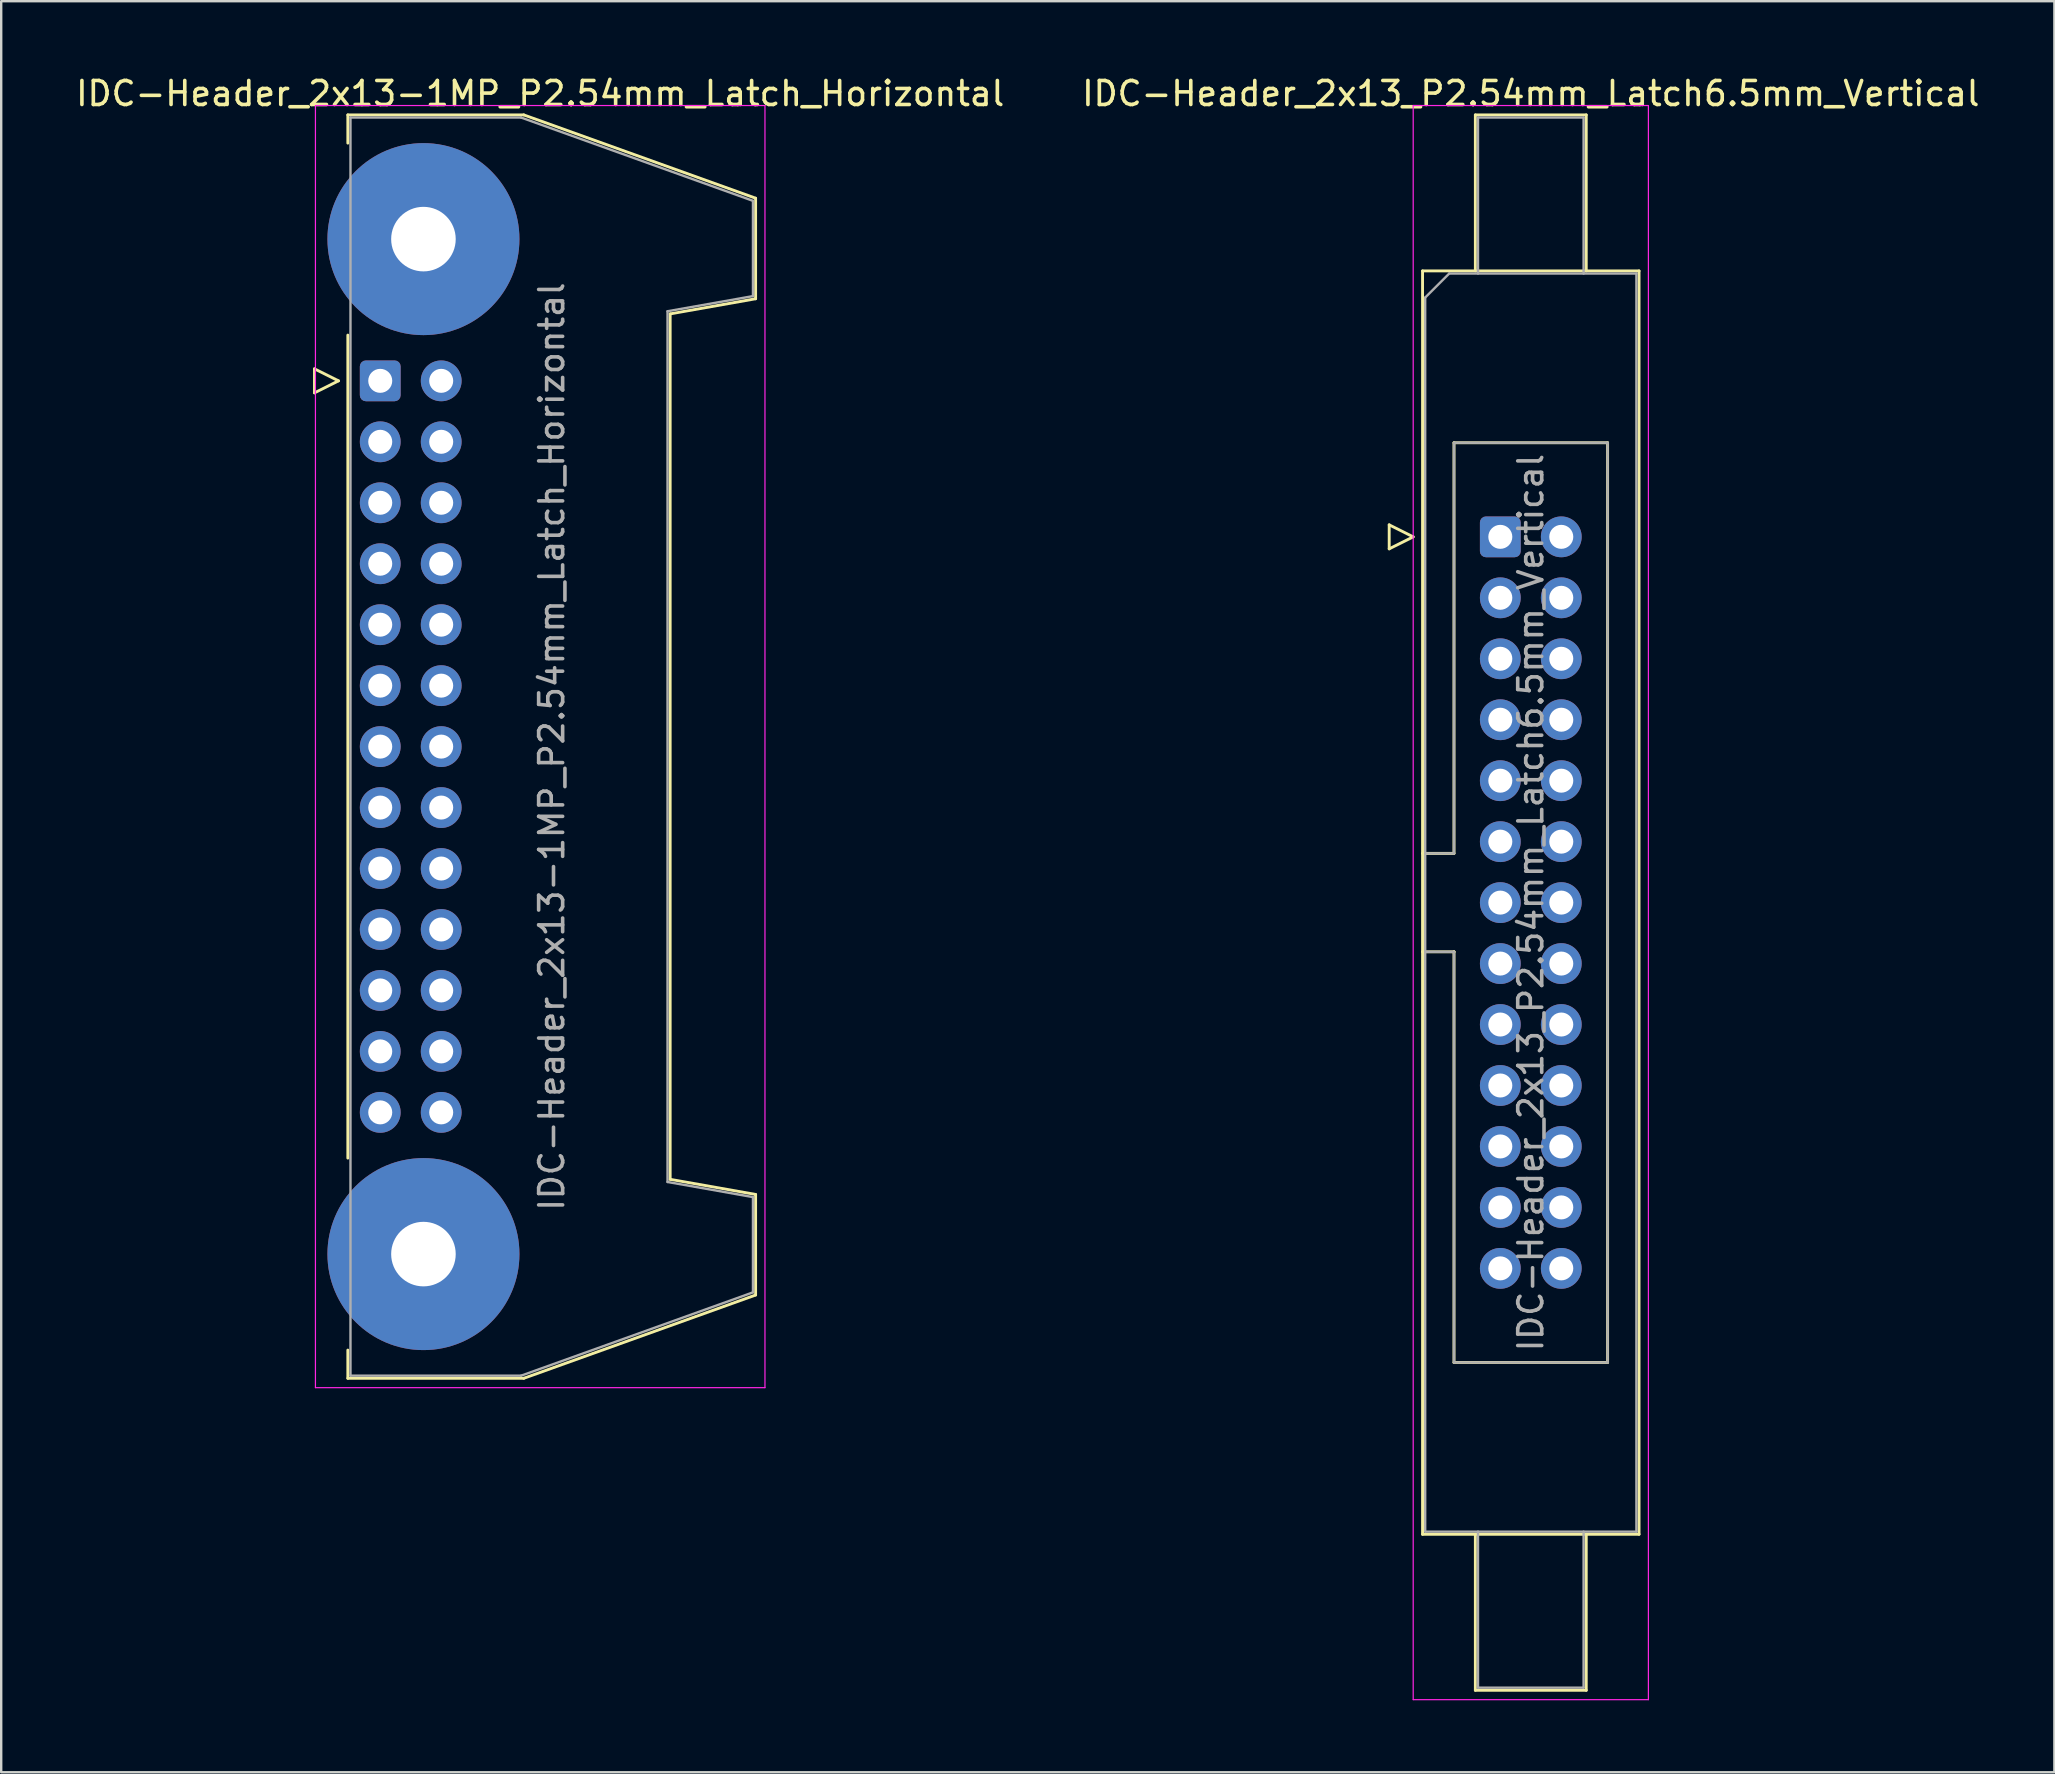
<source format=kicad_pcb>
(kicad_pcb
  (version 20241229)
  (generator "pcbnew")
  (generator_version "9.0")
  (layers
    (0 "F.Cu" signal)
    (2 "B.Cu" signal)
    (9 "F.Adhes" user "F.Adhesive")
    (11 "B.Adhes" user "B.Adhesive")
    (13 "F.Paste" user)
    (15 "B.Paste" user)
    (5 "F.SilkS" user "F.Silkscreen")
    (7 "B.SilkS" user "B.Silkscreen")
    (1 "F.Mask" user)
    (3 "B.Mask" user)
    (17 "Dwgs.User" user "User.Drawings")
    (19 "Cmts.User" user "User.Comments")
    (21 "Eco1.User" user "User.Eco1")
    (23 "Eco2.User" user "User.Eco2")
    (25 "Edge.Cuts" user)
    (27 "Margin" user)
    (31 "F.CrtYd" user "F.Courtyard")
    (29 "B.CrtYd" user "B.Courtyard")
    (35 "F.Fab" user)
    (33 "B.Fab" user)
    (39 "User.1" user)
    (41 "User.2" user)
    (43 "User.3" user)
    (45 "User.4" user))
  (footprint "IDC-Header_2x13_P2.54mm_Latch6.5mm_Vertical"
    (layer "F.Cu")
    (at 59.462 19.318)
    (property "Reference" "IDC-Header_2x13_P2.54mm_Latch6.5mm_Vertical" (at 1.27 -18.47 0) (layer "F.SilkS") (effects (font (size 1 1) (thickness 0.15))))
    (attr through_hole)
    (fp_line (start -4.63 -0.5) (end -4.63 0.5) (stroke (width 0.12) (type solid)) (layer "F.SilkS"))
    (fp_line (start -4.63 0.5) (end -3.63 0) (stroke (width 0.12) (type solid)) (layer "F.SilkS"))
    (fp_line (start -3.63 0) (end -4.63 -0.5) (stroke (width 0.12) (type solid)) (layer "F.SilkS"))
    (fp_line (start -3.24 -11.08) (end 5.78 -11.08) (stroke (width 0.12) (type solid)) (layer "F.SilkS"))
    (fp_line (start -3.24 13.19) (end -1.93 13.19) (stroke (width 0.12) (type solid)) (layer "F.SilkS"))
    (fp_line (start -3.24 41.56) (end -3.24 -11.08) (stroke (width 0.12) (type solid)) (layer "F.SilkS"))
    (fp_line (start -1.93 -3.92) (end 4.47 -3.92) (stroke (width 0.12) (type solid)) (layer "F.SilkS"))
    (fp_line (start -1.93 13.19) (end -1.93 -3.92) (stroke (width 0.12) (type solid)) (layer "F.SilkS"))
    (fp_line (start -1.93 17.29) (end -3.24 17.29) (stroke (width 0.12) (type solid)) (layer "F.SilkS"))
    (fp_line (start -1.93 17.29) (end -1.93 17.29) (stroke (width 0.12) (type solid)) (layer "F.SilkS"))
    (fp_line (start -1.93 34.4) (end -1.93 17.29) (stroke (width 0.12) (type solid)) (layer "F.SilkS"))
    (fp_line (start -1.04 -17.58) (end 3.58 -17.58) (stroke (width 0.12) (type solid)) (layer "F.SilkS"))
    (fp_line (start -1.04 -11.08) (end -1.04 -17.58) (stroke (width 0.12) (type solid)) (layer "F.SilkS"))
    (fp_line (start -1.04 41.56) (end -1.04 48.06) (stroke (width 0.12) (type solid)) (layer "F.SilkS"))
    (fp_line (start -1.04 48.06) (end 3.58 48.06) (stroke (width 0.12) (type solid)) (layer "F.SilkS"))
    (fp_line (start 3.58 -17.58) (end 3.58 -11.08) (stroke (width 0.12) (type solid)) (layer "F.SilkS"))
    (fp_line (start 3.58 48.06) (end 3.58 41.56) (stroke (width 0.12) (type solid)) (layer "F.SilkS"))
    (fp_line (start 4.47 -3.92) (end 4.47 34.4) (stroke (width 0.12) (type solid)) (layer "F.SilkS"))
    (fp_line (start 4.47 34.4) (end -1.93 34.4) (stroke (width 0.12) (type solid)) (layer "F.SilkS"))
    (fp_line (start 5.78 -11.08) (end 5.78 41.56) (stroke (width 0.12) (type solid)) (layer "F.SilkS"))
    (fp_line (start 5.78 41.56) (end -3.24 41.56) (stroke (width 0.12) (type solid)) (layer "F.SilkS"))
    (fp_line (start -3.63 -17.97) (end -3.63 48.45) (stroke (width 0.05) (type solid)) (layer "F.CrtYd"))
    (fp_line (start -3.63 48.45) (end 6.17 48.45) (stroke (width 0.05) (type solid)) (layer "F.CrtYd"))
    (fp_line (start 6.17 -17.97) (end -3.63 -17.97) (stroke (width 0.05) (type solid)) (layer "F.CrtYd"))
    (fp_line (start 6.17 48.45) (end 6.17 -17.97) (stroke (width 0.05) (type solid)) (layer "F.CrtYd"))
    (fp_line (start -3.13 -9.97) (end -2.13 -10.97) (stroke (width 0.1) (type solid)) (layer "F.Fab"))
    (fp_line (start -3.13 13.19) (end -1.93 13.19) (stroke (width 0.1) (type solid)) (layer "F.Fab"))
    (fp_line (start -3.13 41.45) (end -3.13 -9.97) (stroke (width 0.1) (type solid)) (layer "F.Fab"))
    (fp_line (start -2.13 -10.97) (end 5.67 -10.97) (stroke (width 0.1) (type solid)) (layer "F.Fab"))
    (fp_line (start -1.93 -3.92) (end 4.47 -3.92) (stroke (width 0.1) (type solid)) (layer "F.Fab"))
    (fp_line (start -1.93 13.19) (end -1.93 -3.92) (stroke (width 0.1) (type solid)) (layer "F.Fab"))
    (fp_line (start -1.93 17.29) (end -3.13 17.29) (stroke (width 0.1) (type solid)) (layer "F.Fab"))
    (fp_line (start -1.93 17.29) (end -1.93 17.29) (stroke (width 0.1) (type solid)) (layer "F.Fab"))
    (fp_line (start -1.93 34.4) (end -1.93 17.29) (stroke (width 0.1) (type solid)) (layer "F.Fab"))
    (fp_line (start -0.93 -17.47) (end 3.47 -17.47) (stroke (width 0.1) (type solid)) (layer "F.Fab"))
    (fp_line (start -0.93 -10.97) (end -0.93 -17.47) (stroke (width 0.1) (type solid)) (layer "F.Fab"))
    (fp_line (start -0.93 41.45) (end -0.93 47.95) (stroke (width 0.1) (type solid)) (layer "F.Fab"))
    (fp_line (start -0.93 47.95) (end 3.47 47.95) (stroke (width 0.1) (type solid)) (layer "F.Fab"))
    (fp_line (start 3.47 -17.47) (end 3.47 -10.97) (stroke (width 0.1) (type solid)) (layer "F.Fab"))
    (fp_line (start 3.47 47.95) (end 3.47 41.45) (stroke (width 0.1) (type solid)) (layer "F.Fab"))
    (fp_line (start 4.47 -3.92) (end 4.47 34.4) (stroke (width 0.1) (type solid)) (layer "F.Fab"))
    (fp_line (start 4.47 34.4) (end -1.93 34.4) (stroke (width 0.1) (type solid)) (layer "F.Fab"))
    (fp_line (start 5.67 -10.97) (end 5.67 41.45) (stroke (width 0.1) (type solid)) (layer "F.Fab"))
    (fp_line (start 5.67 41.45) (end -3.13 41.45) (stroke (width 0.1) (type solid)) (layer "F.Fab"))
    (fp_text user "${REFERENCE}" (at 1.27 15.24 90) (layer "F.Fab") (effects (font (size 1 1) (thickness 0.15))))
    (pad "1" thru_hole roundrect (at 0 0) (size 1.7 1.7) (drill 1) (layers "*.Cu" "*.Mask") (roundrect_rratio 0.147))
    (pad "2" thru_hole circle (at 2.54 0) (size 1.7 1.7) (drill 1) (layers "*.Cu" "*.Mask"))
    (pad "3" thru_hole circle (at 0 2.54) (size 1.7 1.7) (drill 1) (layers "*.Cu" "*.Mask"))
    (pad "4" thru_hole circle (at 2.54 2.54) (size 1.7 1.7) (drill 1) (layers "*.Cu" "*.Mask"))
    (pad "5" thru_hole circle (at 0 5.08) (size 1.7 1.7) (drill 1) (layers "*.Cu" "*.Mask"))
    (pad "6" thru_hole circle (at 2.54 5.08) (size 1.7 1.7) (drill 1) (layers "*.Cu" "*.Mask"))
    (pad "7" thru_hole circle (at 0 7.62) (size 1.7 1.7) (drill 1) (layers "*.Cu" "*.Mask"))
    (pad "8" thru_hole circle (at 2.54 7.62) (size 1.7 1.7) (drill 1) (layers "*.Cu" "*.Mask"))
    (pad "9" thru_hole circle (at 0 10.16) (size 1.7 1.7) (drill 1) (layers "*.Cu" "*.Mask"))
    (pad "10" thru_hole circle (at 2.54 10.16) (size 1.7 1.7) (drill 1) (layers "*.Cu" "*.Mask"))
    (pad "11" thru_hole circle (at 0 12.7) (size 1.7 1.7) (drill 1) (layers "*.Cu" "*.Mask"))
    (pad "12" thru_hole circle (at 2.54 12.7) (size 1.7 1.7) (drill 1) (layers "*.Cu" "*.Mask"))
    (pad "13" thru_hole circle (at 0 15.24) (size 1.7 1.7) (drill 1) (layers "*.Cu" "*.Mask"))
    (pad "14" thru_hole circle (at 2.54 15.24) (size 1.7 1.7) (drill 1) (layers "*.Cu" "*.Mask"))
    (pad "15" thru_hole circle (at 0 17.78) (size 1.7 1.7) (drill 1) (layers "*.Cu" "*.Mask"))
    (pad "16" thru_hole circle (at 2.54 17.78) (size 1.7 1.7) (drill 1) (layers "*.Cu" "*.Mask"))
    (pad "17" thru_hole circle (at 0 20.32) (size 1.7 1.7) (drill 1) (layers "*.Cu" "*.Mask"))
    (pad "18" thru_hole circle (at 2.54 20.32) (size 1.7 1.7) (drill 1) (layers "*.Cu" "*.Mask"))
    (pad "19" thru_hole circle (at 0 22.86) (size 1.7 1.7) (drill 1) (layers "*.Cu" "*.Mask"))
    (pad "20" thru_hole circle (at 2.54 22.86) (size 1.7 1.7) (drill 1) (layers "*.Cu" "*.Mask"))
    (pad "21" thru_hole circle (at 0 25.4) (size 1.7 1.7) (drill 1) (layers "*.Cu" "*.Mask"))
    (pad "22" thru_hole circle (at 2.54 25.4) (size 1.7 1.7) (drill 1) (layers "*.Cu" "*.Mask"))
    (pad "23" thru_hole circle (at 0 27.94) (size 1.7 1.7) (drill 1) (layers "*.Cu" "*.Mask"))
    (pad "24" thru_hole circle (at 2.54 27.94) (size 1.7 1.7) (drill 1) (layers "*.Cu" "*.Mask"))
    (pad "25" thru_hole circle (at 0 30.48) (size 1.7 1.7) (drill 1) (layers "*.Cu" "*.Mask"))
    (pad "26" thru_hole circle (at 2.54 30.48) (size 1.7 1.7) (drill 1) (layers "*.Cu" "*.Mask")))
  (footprint "IDC-Header_2x13-1MP_P2.54mm_Latch_Horizontal"
    (layer "F.Cu")
    (at 12.793 12.818)
    (property "Reference" "IDC-Header_2x13-1MP_P2.54mm_Latch_Horizontal" (at 6.665 -11.97 0) (layer "F.SilkS") (effects (font (size 1 1) (thickness 0.15))))
    (attr through_hole)
    (fp_line (start -2.74 -0.5) (end -2.74 0.5) (stroke (width 0.12) (type solid)) (layer "F.SilkS"))
    (fp_line (start -2.74 0.5) (end -1.74 0) (stroke (width 0.12) (type solid)) (layer "F.SilkS"))
    (fp_line (start -1.74 0) (end -2.74 -0.5) (stroke (width 0.12) (type solid)) (layer "F.SilkS"))
    (fp_line (start -1.35 -11.08) (end -1.35 -9.905) (stroke (width 0.12) (type solid)) (layer "F.SilkS"))
    (fp_line (start -1.35 -11.08) (end 5.98 -11.08) (stroke (width 0.12) (type solid)) (layer "F.SilkS"))
    (fp_line (start -1.35 -1.905) (end -1.35 32.385) (stroke (width 0.12) (type solid)) (layer "F.SilkS"))
    (fp_line (start -1.35 40.385) (end -1.35 41.56) (stroke (width 0.12) (type solid)) (layer "F.SilkS"))
    (fp_line (start 5.98 -11.08) (end 15.64 -7.61) (stroke (width 0.12) (type solid)) (layer "F.SilkS"))
    (fp_line (start 5.98 41.56) (end -1.35 41.56) (stroke (width 0.12) (type solid)) (layer "F.SilkS"))
    (fp_line (start 12.08 -2.79) (end 12.08 33.27) (stroke (width 0.12) (type solid)) (layer "F.SilkS"))
    (fp_line (start 12.08 33.27) (end 15.64 33.9) (stroke (width 0.12) (type solid)) (layer "F.SilkS"))
    (fp_line (start 15.64 -7.61) (end 15.64 -3.42) (stroke (width 0.12) (type solid)) (layer "F.SilkS"))
    (fp_line (start 15.64 -3.42) (end 12.08 -2.79) (stroke (width 0.12) (type solid)) (layer "F.SilkS"))
    (fp_line (start 15.64 33.9) (end 15.64 38.09) (stroke (width 0.12) (type solid)) (layer "F.SilkS"))
    (fp_line (start 15.64 38.09) (end 5.98 41.56) (stroke (width 0.12) (type solid)) (layer "F.SilkS"))
    (fp_line (start -2.7 -11.47) (end -2.7 41.95) (stroke (width 0.05) (type solid)) (layer "F.CrtYd"))
    (fp_line (start -2.7 41.95) (end 16.03 41.95) (stroke (width 0.05) (type solid)) (layer "F.CrtYd"))
    (fp_line (start 16.03 -11.47) (end -2.7 -11.47) (stroke (width 0.05) (type solid)) (layer "F.CrtYd"))
    (fp_line (start 16.03 41.95) (end 16.03 -11.47) (stroke (width 0.05) (type solid)) (layer "F.CrtYd"))
    (fp_line (start -1.24 -10.97) (end 5.87 -10.97) (stroke (width 0.1) (type solid)) (layer "F.Fab"))
    (fp_line (start -1.24 41.45) (end -1.24 -10.97) (stroke (width 0.1) (type solid)) (layer "F.Fab"))
    (fp_line (start 5.87 -10.97) (end 15.53 -7.5) (stroke (width 0.1) (type solid)) (layer "F.Fab"))
    (fp_line (start 5.87 41.45) (end -1.24 41.45) (stroke (width 0.1) (type solid)) (layer "F.Fab"))
    (fp_line (start 11.97 -2.9) (end 11.97 33.38) (stroke (width 0.1) (type solid)) (layer "F.Fab"))
    (fp_line (start 11.97 33.38) (end 15.53 34.01) (stroke (width 0.1) (type solid)) (layer "F.Fab"))
    (fp_line (start 15.53 -7.5) (end 15.53 -3.53) (stroke (width 0.1) (type solid)) (layer "F.Fab"))
    (fp_line (start 15.53 -3.53) (end 11.97 -2.9) (stroke (width 0.1) (type solid)) (layer "F.Fab"))
    (fp_line (start 15.53 34.01) (end 15.53 37.98) (stroke (width 0.1) (type solid)) (layer "F.Fab"))
    (fp_line (start 15.53 37.98) (end 5.87 41.45) (stroke (width 0.1) (type solid)) (layer "F.Fab"))
    (fp_text user "${REFERENCE}" (at 7.145 15.24 90) (layer "F.Fab") (effects (font (size 1 1) (thickness 0.15))))
    (pad "1" thru_hole roundrect (at 0 0) (size 1.7 1.7) (drill 1) (layers "*.Cu" "*.Mask") (roundrect_rratio 0.147))
    (pad "2" thru_hole circle (at 2.54 0) (size 1.7 1.7) (drill 1) (layers "*.Cu" "*.Mask"))
    (pad "3" thru_hole circle (at 0 2.54) (size 1.7 1.7) (drill 1) (layers "*.Cu" "*.Mask"))
    (pad "4" thru_hole circle (at 2.54 2.54) (size 1.7 1.7) (drill 1) (layers "*.Cu" "*.Mask"))
    (pad "5" thru_hole circle (at 0 5.08) (size 1.7 1.7) (drill 1) (layers "*.Cu" "*.Mask"))
    (pad "6" thru_hole circle (at 2.54 5.08) (size 1.7 1.7) (drill 1) (layers "*.Cu" "*.Mask"))
    (pad "7" thru_hole circle (at 0 7.62) (size 1.7 1.7) (drill 1) (layers "*.Cu" "*.Mask"))
    (pad "8" thru_hole circle (at 2.54 7.62) (size 1.7 1.7) (drill 1) (layers "*.Cu" "*.Mask"))
    (pad "9" thru_hole circle (at 0 10.16) (size 1.7 1.7) (drill 1) (layers "*.Cu" "*.Mask"))
    (pad "10" thru_hole circle (at 2.54 10.16) (size 1.7 1.7) (drill 1) (layers "*.Cu" "*.Mask"))
    (pad "11" thru_hole circle (at 0 12.7) (size 1.7 1.7) (drill 1) (layers "*.Cu" "*.Mask"))
    (pad "12" thru_hole circle (at 2.54 12.7) (size 1.7 1.7) (drill 1) (layers "*.Cu" "*.Mask"))
    (pad "13" thru_hole circle (at 0 15.24) (size 1.7 1.7) (drill 1) (layers "*.Cu" "*.Mask"))
    (pad "14" thru_hole circle (at 2.54 15.24) (size 1.7 1.7) (drill 1) (layers "*.Cu" "*.Mask"))
    (pad "15" thru_hole circle (at 0 17.78) (size 1.7 1.7) (drill 1) (layers "*.Cu" "*.Mask"))
    (pad "16" thru_hole circle (at 2.54 17.78) (size 1.7 1.7) (drill 1) (layers "*.Cu" "*.Mask"))
    (pad "17" thru_hole circle (at 0 20.32) (size 1.7 1.7) (drill 1) (layers "*.Cu" "*.Mask"))
    (pad "18" thru_hole circle (at 2.54 20.32) (size 1.7 1.7) (drill 1) (layers "*.Cu" "*.Mask"))
    (pad "19" thru_hole circle (at 0 22.86) (size 1.7 1.7) (drill 1) (layers "*.Cu" "*.Mask"))
    (pad "20" thru_hole circle (at 2.54 22.86) (size 1.7 1.7) (drill 1) (layers "*.Cu" "*.Mask"))
    (pad "21" thru_hole circle (at 0 25.4) (size 1.7 1.7) (drill 1) (layers "*.Cu" "*.Mask"))
    (pad "22" thru_hole circle (at 2.54 25.4) (size 1.7 1.7) (drill 1) (layers "*.Cu" "*.Mask"))
    (pad "23" thru_hole circle (at 0 27.94) (size 1.7 1.7) (drill 1) (layers "*.Cu" "*.Mask"))
    (pad "24" thru_hole circle (at 2.54 27.94) (size 1.7 1.7) (drill 1) (layers "*.Cu" "*.Mask"))
    (pad "25" thru_hole circle (at 0 30.48) (size 1.7 1.7) (drill 1) (layers "*.Cu" "*.Mask"))
    (pad "26" thru_hole circle (at 2.54 30.48) (size 1.7 1.7) (drill 1) (layers "*.Cu" "*.Mask"))
    (pad "MP" thru_hole circle (at 1.8 -5.905) (size 8 8) (drill 2.69) (layers "*.Cu" "*.Mask"))
    (pad "MP" thru_hole circle (at 1.8 36.385) (size 8 8) (drill 2.69) (layers "*.Cu" "*.Mask")))
  (gr_rect
    (start -3 -3)
    (end 82.548 70.793)
    (stroke (width 0.1) (type default))
    (fill no)
    (layer "Edge.Cuts")))
</source>
